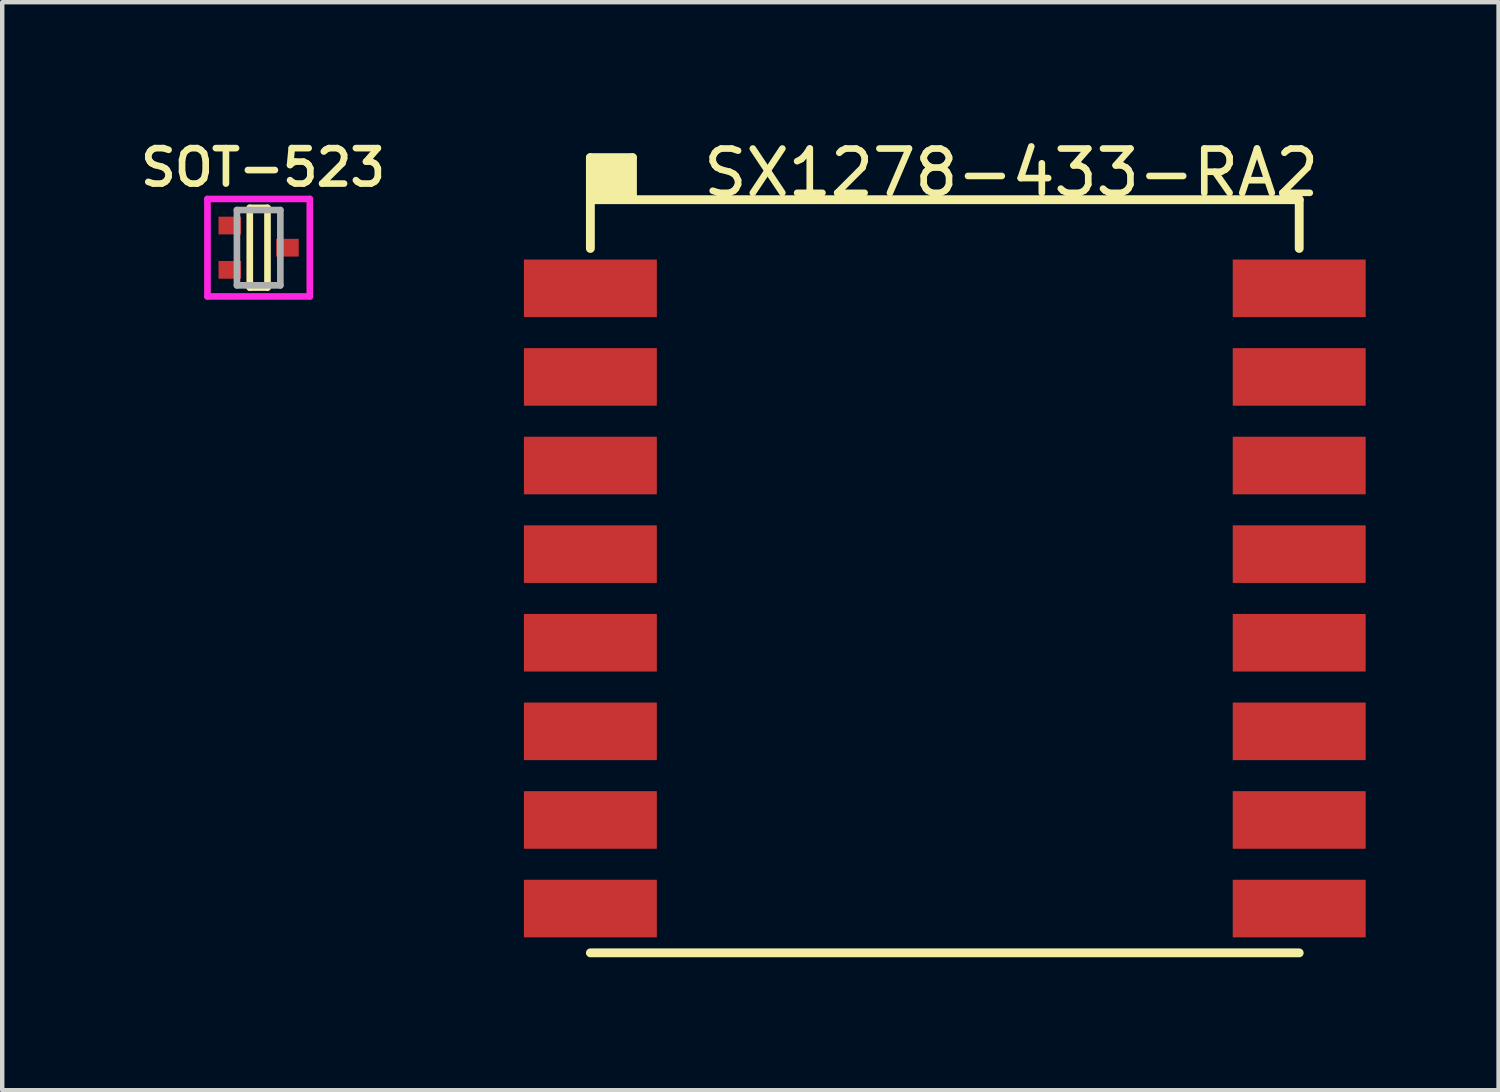
<source format=kicad_pcb>
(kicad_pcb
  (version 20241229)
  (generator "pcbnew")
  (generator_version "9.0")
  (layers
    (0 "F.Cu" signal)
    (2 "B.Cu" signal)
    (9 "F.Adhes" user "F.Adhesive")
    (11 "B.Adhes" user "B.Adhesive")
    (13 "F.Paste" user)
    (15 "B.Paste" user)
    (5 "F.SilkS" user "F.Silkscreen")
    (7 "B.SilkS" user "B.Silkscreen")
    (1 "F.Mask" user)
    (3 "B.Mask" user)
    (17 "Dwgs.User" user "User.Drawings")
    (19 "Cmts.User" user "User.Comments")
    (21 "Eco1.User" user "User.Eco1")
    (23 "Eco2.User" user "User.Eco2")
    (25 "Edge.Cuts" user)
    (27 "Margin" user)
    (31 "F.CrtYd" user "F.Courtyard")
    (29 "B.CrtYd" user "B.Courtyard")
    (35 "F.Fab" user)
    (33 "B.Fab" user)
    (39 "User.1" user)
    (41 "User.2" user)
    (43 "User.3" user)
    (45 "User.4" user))
  (footprint "SX1278-433-RA2"
    (layer "F.Cu")
    (at 17.666 8.898)
    (property "Reference" "SX1278-433-RA2" (at 2.11 -8.05 0) (layer "F.SilkS") (effects (font (size 1 1) (thickness 0.15))))
    (attr through_hole)
    (fp_line (start -7.39 -8.39) (end -6.44 -8.39) (stroke (width 0.2) (type solid)) (layer "F.SilkS"))
    (fp_line (start -7.39 -7.44) (end -7.39 -8.39) (stroke (width 0.2) (type solid)) (layer "F.SilkS"))
    (fp_line (start -7.39 -7.44) (end -7.39 -6.34) (stroke (width 0.2) (type solid)) (layer "F.SilkS"))
    (fp_line (start -7.39 -7.44) (end 8.61 -7.44) (stroke (width 0.2) (type solid)) (layer "F.SilkS"))
    (fp_line (start -7.24 -8.24) (end -6.59 -8.24) (stroke (width 0.2) (type solid)) (layer "F.SilkS"))
    (fp_line (start -7.24 -7.59) (end -7.24 -8.24) (stroke (width 0.2) (type solid)) (layer "F.SilkS"))
    (fp_line (start -7.09 -8.14) (end -6.74 -8.14) (stroke (width 0.2) (type solid)) (layer "F.SilkS"))
    (fp_line (start -7.09 -7.74) (end -7.09 -8.14) (stroke (width 0.2) (type solid)) (layer "F.SilkS"))
    (fp_line (start -6.99 -8.04) (end -6.84 -8.04) (stroke (width 0.2) (type solid)) (layer "F.SilkS"))
    (fp_line (start -6.99 -7.89) (end -6.99 -8.04) (stroke (width 0.2) (type solid)) (layer "F.SilkS"))
    (fp_line (start -6.74 -8.14) (end -6.74 -7.89) (stroke (width 0.2) (type solid)) (layer "F.SilkS"))
    (fp_line (start -6.74 -7.89) (end -6.99 -7.89) (stroke (width 0.2) (type solid)) (layer "F.SilkS"))
    (fp_line (start -6.59 -8.24) (end -6.59 -7.74) (stroke (width 0.2) (type solid)) (layer "F.SilkS"))
    (fp_line (start -6.59 -7.74) (end -7.09 -7.74) (stroke (width 0.2) (type solid)) (layer "F.SilkS"))
    (fp_line (start -6.59 -7.59) (end -7.24 -7.59) (stroke (width 0.2) (type solid)) (layer "F.SilkS"))
    (fp_line (start -6.44 -8.39) (end -6.44 -7.49) (stroke (width 0.2) (type solid)) (layer "F.SilkS"))
    (fp_line (start 8.61 -7.44) (end 8.61 -6.34) (stroke (width 0.2) (type solid)) (layer "F.SilkS"))
    (fp_line (start 8.61 9.56) (end -7.39 9.56) (stroke (width 0.2) (type solid)) (layer "F.SilkS"))
    (pad "1" smd rect (at 8.61 -5.44) (size 3 1.3) (layers "F.Cu" "F.Mask" "F.Paste"))
    (pad "2" smd rect (at 8.61 -3.44) (size 3 1.3) (layers "F.Cu" "F.Mask" "F.Paste"))
    (pad "3" smd rect (at 8.61 -1.44) (size 3 1.3) (layers "F.Cu" "F.Mask" "F.Paste"))
    (pad "4" smd rect (at 8.61 0.56) (size 3 1.3) (layers "F.Cu" "F.Mask" "F.Paste"))
    (pad "5" smd rect (at 8.61 2.56) (size 3 1.3) (layers "F.Cu" "F.Mask" "F.Paste"))
    (pad "6" smd rect (at 8.61 4.56) (size 3 1.3) (layers "F.Cu" "F.Mask" "F.Paste"))
    (pad "7" smd rect (at 8.61 6.56) (size 3 1.3) (layers "F.Cu" "F.Mask" "F.Paste"))
    (pad "8" smd rect (at 8.61 8.56) (size 3 1.3) (layers "F.Cu" "F.Mask" "F.Paste"))
    (pad "9" smd rect (at -7.39 8.56) (size 3 1.3) (layers "F.Cu" "F.Mask" "F.Paste"))
    (pad "10" smd rect (at -7.39 6.56) (size 3 1.3) (layers "F.Cu" "F.Mask" "F.Paste"))
    (pad "11" smd rect (at -7.39 4.56) (size 3 1.3) (layers "F.Cu" "F.Mask" "F.Paste"))
    (pad "12" smd rect (at -7.39 2.56) (size 3 1.3) (layers "F.Cu" "F.Mask" "F.Paste"))
    (pad "13" smd rect (at -7.39 0.56) (size 3 1.3) (layers "F.Cu" "F.Mask" "F.Paste"))
    (pad "14" smd rect (at -7.39 -1.44) (size 3 1.3) (layers "F.Cu" "F.Mask" "F.Paste"))
    (pad "15" smd rect (at -7.39 -3.44) (size 3 1.3) (layers "F.Cu" "F.Mask" "F.Paste"))
    (pad "16" smd rect (at -7.39 -5.44) (size 3 1.3) (layers "F.Cu" "F.Mask" "F.Paste")))
  (footprint "SOT-523"
    (layer "F.Cu")
    (at 2.788 2.541)
    (property "Reference" "SOT-523" (at 0.1 -1.81 180) (layer "F.SilkS") (effects (font (size 0.8 0.8) (thickness 0.15))))
    (attr smd)
    (fp_line (start -0.2 -0.9) (end -0.2 0.9) (stroke (width 0.15) (type solid)) (layer "F.SilkS"))
    (fp_line (start -0.2 0.9) (end 0.2 0.9) (stroke (width 0.15) (type solid)) (layer "F.SilkS"))
    (fp_line (start 0.2 -0.9) (end -0.2 -0.9) (stroke (width 0.15) (type solid)) (layer "F.SilkS"))
    (fp_line (start 0.2 0.9) (end 0.2 -0.9) (stroke (width 0.15) (type solid)) (layer "F.SilkS"))
    (fp_line (start -1.155 -1.1) (end 1.155 -1.1) (stroke (width 0.15) (type solid)) (layer "F.CrtYd"))
    (fp_line (start -1.155 1.1) (end -1.155 -1.1) (stroke (width 0.15) (type solid)) (layer "F.CrtYd"))
    (fp_line (start 1.155 -1.1) (end 1.155 1.1) (stroke (width 0.15) (type solid)) (layer "F.CrtYd"))
    (fp_line (start 1.155 1.1) (end -1.155 1.1) (stroke (width 0.15) (type solid)) (layer "F.CrtYd"))
    (fp_line (start -0.49 -0.85) (end 0.49 -0.85) (stroke (width 0.15) (type solid)) (layer "F.Fab"))
    (fp_line (start -0.49 0.85) (end -0.49 -0.85) (stroke (width 0.15) (type solid)) (layer "F.Fab"))
    (fp_line (start 0.49 -0.85) (end 0.49 0.85) (stroke (width 0.15) (type solid)) (layer "F.Fab"))
    (fp_line (start 0.49 0.85) (end -0.49 0.85) (stroke (width 0.15) (type solid)) (layer "F.Fab"))
    (pad "1" smd rect (at -0.65 -0.5 180) (size 0.51 0.4) (layers "F.Cu" "F.Mask" "F.Paste"))
    (pad "2" smd rect (at -0.65 0.5 180) (size 0.51 0.4) (layers "F.Cu" "F.Mask" "F.Paste"))
    (pad "3" smd rect (at 0.65 0 180) (size 0.51 0.4) (layers "F.Cu" "F.Mask" "F.Paste")))
  (gr_rect
    (start -3 -3)
    (end 30.776 21.558)
    (stroke (width 0.1) (type default))
    (fill no)
    (layer "Edge.Cuts")))
</source>
